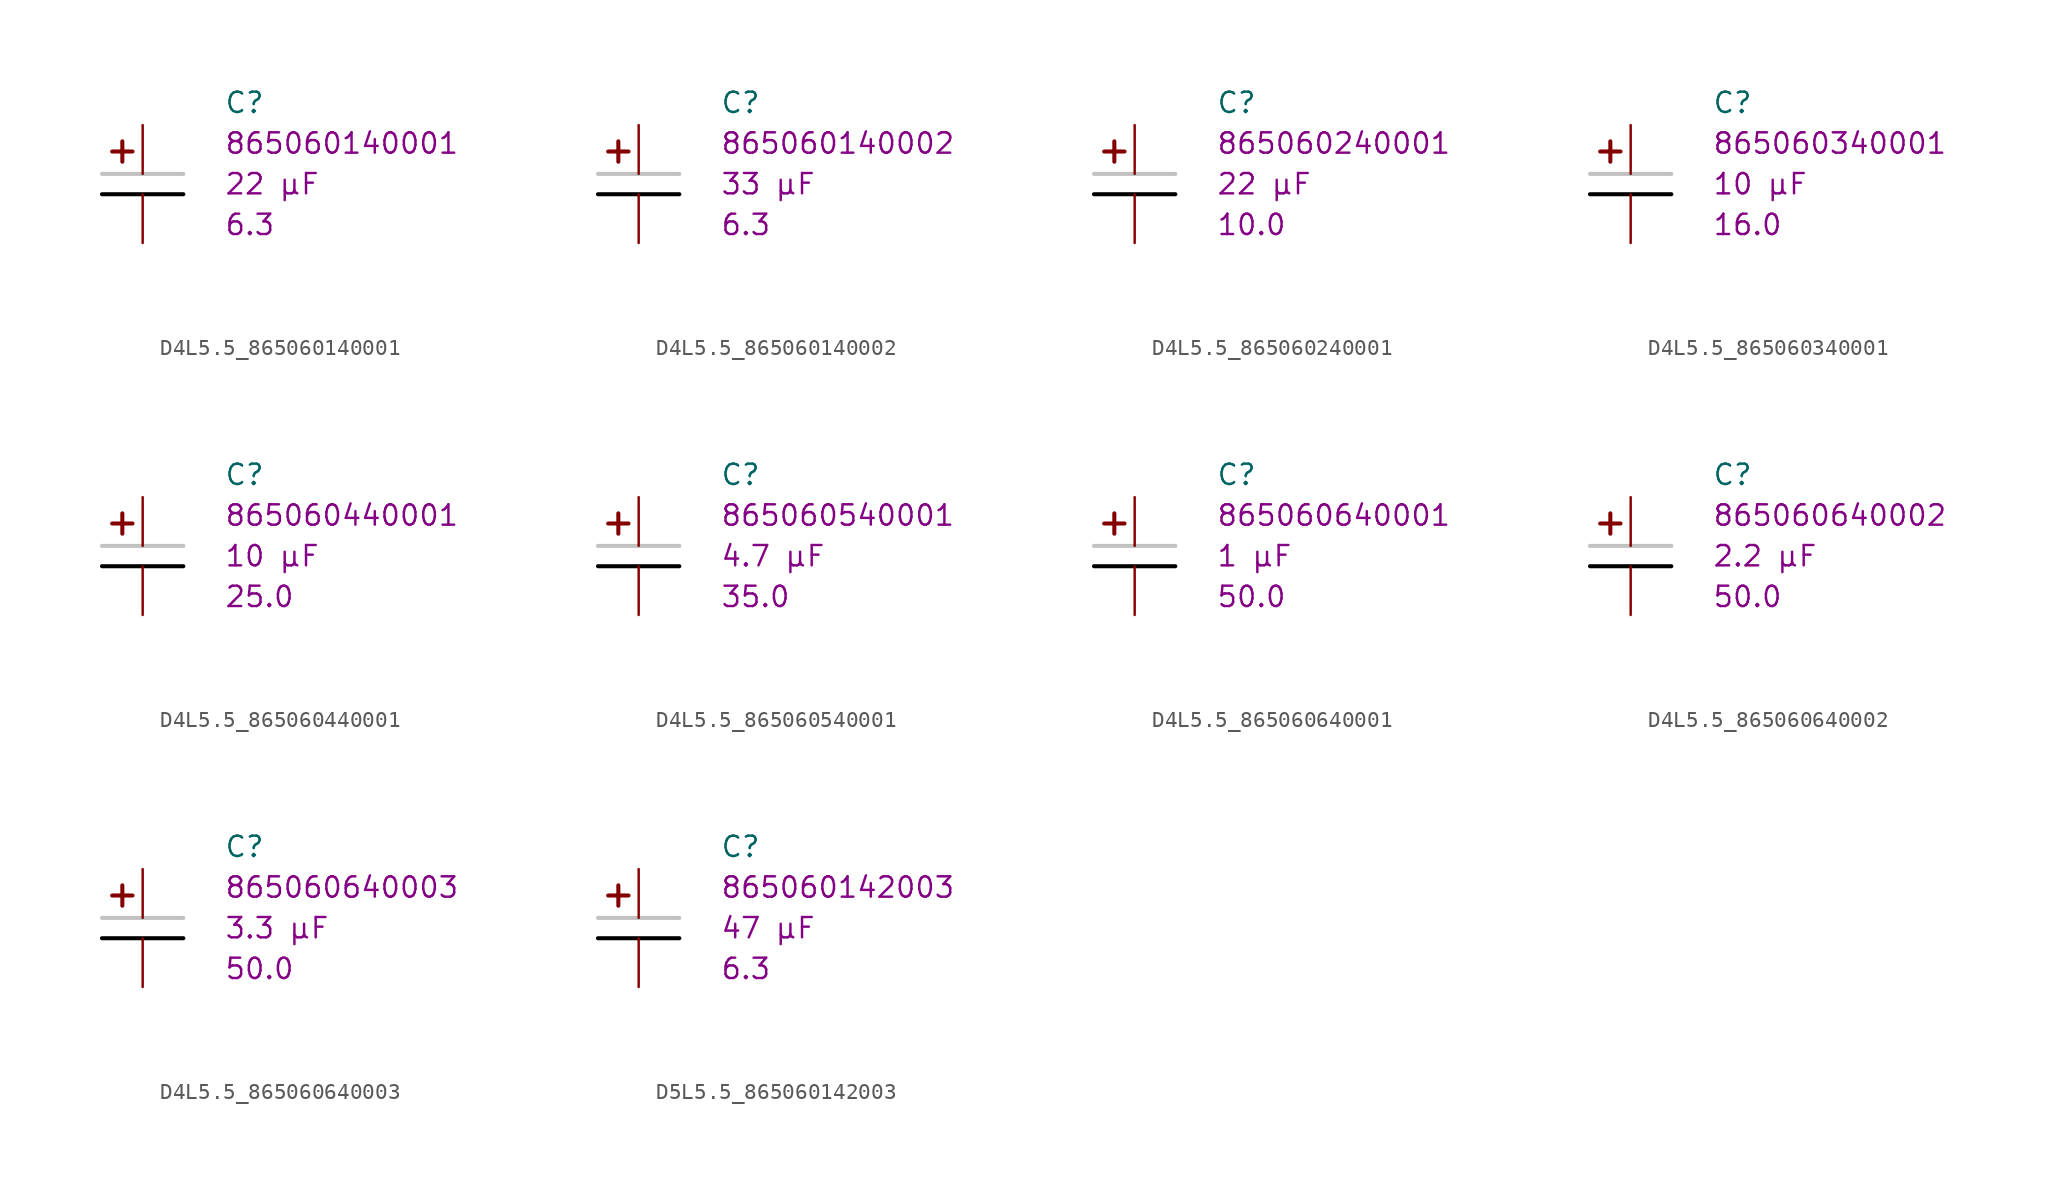
<source format=kicad_sym>
(kicad_symbol_lib
  (version 20220914)
  (generator kicad_symbol_editor)
  (symbol "D4L5.5_865060140001"
    (pin_numbers hide)
    (pin_names hide)
    (property "Reference" "C"
      (at 5.08 5.08 0)
      (effects (font (size 1.27 1.27)) (justify left)))
    (property "Part Number" "865060140001"
      (at 5.08 2.54 0)
      (effects (font (size 1.27 1.27)) (justify left)))
    (property "Capacitance" "22 µF"
      (at 5.08 0 0)
      (effects (font (size 1.27 1.27)) (justify left)))
    (property "Voltage" "6.3"
      (at 5.08 -2.54 0)
      (effects (font (size 1.27 1.27)) (justify left)))
    (property "Critical Parameter" ""
      (at 0 -7.62 0)
      (effects (font (size 1.27 1.27))))
    (symbol "D4L5.5_865060140001_1_1"
      (polyline (pts (xy -1.27 2.667) (xy -1.27 1.397)) (stroke (width 0.254) (type default)) (fill (type none)))
      (polyline (pts (xy -0.635 2.032) (xy -1.905 2.032)) (stroke (width 0.254) (type default)) (fill (type none)))
      (polyline (pts (xy 2.54 -0.635) (xy -2.54 -0.635)) (stroke (width 0.254) (type default) (color 0 0 0 1)) (fill (type none)))
      (polyline (pts (xy 2.54 0.635) (xy -2.54 0.635)) (stroke (width 0.254) (type default) (color 194 194 194 1)) (fill (type none)))
      (pin passive line (at 0 3.679 270) (length 3.044) (name "1" (effects (font (size 1.27 1.27)))) (number "1" (effects (font (size 1.27 1.27)))))
      (pin passive line (at 0 -3.679 90) (length 3.044) (name "2" (effects (font (size 1.27 1.27)))) (number "2" (effects (font (size 1.27 1.27)))))))
  (symbol "D4L5.5_865060140002"
    (pin_numbers hide)
    (pin_names hide)
    (property "Reference" "C"
      (at 5.08 5.08 0)
      (effects (font (size 1.27 1.27)) (justify left)))
    (property "Part Number" "865060140002"
      (at 5.08 2.54 0)
      (effects (font (size 1.27 1.27)) (justify left)))
    (property "Capacitance" "33 µF"
      (at 5.08 0 0)
      (effects (font (size 1.27 1.27)) (justify left)))
    (property "Voltage" "6.3"
      (at 5.08 -2.54 0)
      (effects (font (size 1.27 1.27)) (justify left)))
    (property "Critical Parameter" ""
      (at 0 -7.62 0)
      (effects (font (size 1.27 1.27))))
    (symbol "D4L5.5_865060140002_1_1"
      (polyline (pts (xy -1.27 2.667) (xy -1.27 1.397)) (stroke (width 0.254) (type default)) (fill (type none)))
      (polyline (pts (xy -0.635 2.032) (xy -1.905 2.032)) (stroke (width 0.254) (type default)) (fill (type none)))
      (polyline (pts (xy 2.54 -0.635) (xy -2.54 -0.635)) (stroke (width 0.254) (type default) (color 0 0 0 1)) (fill (type none)))
      (polyline (pts (xy 2.54 0.635) (xy -2.54 0.635)) (stroke (width 0.254) (type default) (color 194 194 194 1)) (fill (type none)))
      (pin passive line (at 0 3.679 270) (length 3.044) (name "1" (effects (font (size 1.27 1.27)))) (number "1" (effects (font (size 1.27 1.27)))))
      (pin passive line (at 0 -3.679 90) (length 3.044) (name "2" (effects (font (size 1.27 1.27)))) (number "2" (effects (font (size 1.27 1.27)))))))
  (symbol "D4L5.5_865060240001"
    (pin_numbers hide)
    (pin_names hide)
    (property "Reference" "C"
      (at 5.08 5.08 0)
      (effects (font (size 1.27 1.27)) (justify left)))
    (property "Part Number" "865060240001"
      (at 5.08 2.54 0)
      (effects (font (size 1.27 1.27)) (justify left)))
    (property "Capacitance" "22 µF"
      (at 5.08 0 0)
      (effects (font (size 1.27 1.27)) (justify left)))
    (property "Voltage" "10.0"
      (at 5.08 -2.54 0)
      (effects (font (size 1.27 1.27)) (justify left)))
    (property "Critical Parameter" ""
      (at 0 -7.62 0)
      (effects (font (size 1.27 1.27))))
    (symbol "D4L5.5_865060240001_1_1"
      (polyline (pts (xy -1.27 2.667) (xy -1.27 1.397)) (stroke (width 0.254) (type default)) (fill (type none)))
      (polyline (pts (xy -0.635 2.032) (xy -1.905 2.032)) (stroke (width 0.254) (type default)) (fill (type none)))
      (polyline (pts (xy 2.54 -0.635) (xy -2.54 -0.635)) (stroke (width 0.254) (type default) (color 0 0 0 1)) (fill (type none)))
      (polyline (pts (xy 2.54 0.635) (xy -2.54 0.635)) (stroke (width 0.254) (type default) (color 194 194 194 1)) (fill (type none)))
      (pin passive line (at 0 3.679 270) (length 3.044) (name "1" (effects (font (size 1.27 1.27)))) (number "1" (effects (font (size 1.27 1.27)))))
      (pin passive line (at 0 -3.679 90) (length 3.044) (name "2" (effects (font (size 1.27 1.27)))) (number "2" (effects (font (size 1.27 1.27)))))))
  (symbol "D4L5.5_865060340001"
    (pin_numbers hide)
    (pin_names hide)
    (property "Reference" "C"
      (at 5.08 5.08 0)
      (effects (font (size 1.27 1.27)) (justify left)))
    (property "Part Number" "865060340001"
      (at 5.08 2.54 0)
      (effects (font (size 1.27 1.27)) (justify left)))
    (property "Capacitance" "10 µF"
      (at 5.08 0 0)
      (effects (font (size 1.27 1.27)) (justify left)))
    (property "Voltage" "16.0"
      (at 5.08 -2.54 0)
      (effects (font (size 1.27 1.27)) (justify left)))
    (property "Critical Parameter" ""
      (at 0 -7.62 0)
      (effects (font (size 1.27 1.27))))
    (symbol "D4L5.5_865060340001_1_1"
      (polyline (pts (xy -1.27 2.667) (xy -1.27 1.397)) (stroke (width 0.254) (type default)) (fill (type none)))
      (polyline (pts (xy -0.635 2.032) (xy -1.905 2.032)) (stroke (width 0.254) (type default)) (fill (type none)))
      (polyline (pts (xy 2.54 -0.635) (xy -2.54 -0.635)) (stroke (width 0.254) (type default) (color 0 0 0 1)) (fill (type none)))
      (polyline (pts (xy 2.54 0.635) (xy -2.54 0.635)) (stroke (width 0.254) (type default) (color 194 194 194 1)) (fill (type none)))
      (pin passive line (at 0 3.679 270) (length 3.044) (name "1" (effects (font (size 1.27 1.27)))) (number "1" (effects (font (size 1.27 1.27)))))
      (pin passive line (at 0 -3.679 90) (length 3.044) (name "2" (effects (font (size 1.27 1.27)))) (number "2" (effects (font (size 1.27 1.27)))))))
  (symbol "D4L5.5_865060440001"
    (pin_numbers hide)
    (pin_names hide)
    (property "Reference" "C"
      (at 5.08 5.08 0)
      (effects (font (size 1.27 1.27)) (justify left)))
    (property "Part Number" "865060440001"
      (at 5.08 2.54 0)
      (effects (font (size 1.27 1.27)) (justify left)))
    (property "Capacitance" "10 µF"
      (at 5.08 0 0)
      (effects (font (size 1.27 1.27)) (justify left)))
    (property "Voltage" "25.0"
      (at 5.08 -2.54 0)
      (effects (font (size 1.27 1.27)) (justify left)))
    (property "Critical Parameter" ""
      (at 0 -7.62 0)
      (effects (font (size 1.27 1.27))))
    (symbol "D4L5.5_865060440001_1_1"
      (polyline (pts (xy -1.27 2.667) (xy -1.27 1.397)) (stroke (width 0.254) (type default)) (fill (type none)))
      (polyline (pts (xy -0.635 2.032) (xy -1.905 2.032)) (stroke (width 0.254) (type default)) (fill (type none)))
      (polyline (pts (xy 2.54 -0.635) (xy -2.54 -0.635)) (stroke (width 0.254) (type default) (color 0 0 0 1)) (fill (type none)))
      (polyline (pts (xy 2.54 0.635) (xy -2.54 0.635)) (stroke (width 0.254) (type default) (color 194 194 194 1)) (fill (type none)))
      (pin passive line (at 0 3.679 270) (length 3.044) (name "1" (effects (font (size 1.27 1.27)))) (number "1" (effects (font (size 1.27 1.27)))))
      (pin passive line (at 0 -3.679 90) (length 3.044) (name "2" (effects (font (size 1.27 1.27)))) (number "2" (effects (font (size 1.27 1.27)))))))
  (symbol "D4L5.5_865060540001"
    (pin_numbers hide)
    (pin_names hide)
    (property "Reference" "C"
      (at 5.08 5.08 0)
      (effects (font (size 1.27 1.27)) (justify left)))
    (property "Part Number" "865060540001"
      (at 5.08 2.54 0)
      (effects (font (size 1.27 1.27)) (justify left)))
    (property "Capacitance" "4.7 µF"
      (at 5.08 0 0)
      (effects (font (size 1.27 1.27)) (justify left)))
    (property "Voltage" "35.0"
      (at 5.08 -2.54 0)
      (effects (font (size 1.27 1.27)) (justify left)))
    (property "Critical Parameter" ""
      (at 0 -7.62 0)
      (effects (font (size 1.27 1.27))))
    (symbol "D4L5.5_865060540001_1_1"
      (polyline (pts (xy -1.27 2.667) (xy -1.27 1.397)) (stroke (width 0.254) (type default)) (fill (type none)))
      (polyline (pts (xy -0.635 2.032) (xy -1.905 2.032)) (stroke (width 0.254) (type default)) (fill (type none)))
      (polyline (pts (xy 2.54 -0.635) (xy -2.54 -0.635)) (stroke (width 0.254) (type default) (color 0 0 0 1)) (fill (type none)))
      (polyline (pts (xy 2.54 0.635) (xy -2.54 0.635)) (stroke (width 0.254) (type default) (color 194 194 194 1)) (fill (type none)))
      (pin passive line (at 0 3.679 270) (length 3.044) (name "1" (effects (font (size 1.27 1.27)))) (number "1" (effects (font (size 1.27 1.27)))))
      (pin passive line (at 0 -3.679 90) (length 3.044) (name "2" (effects (font (size 1.27 1.27)))) (number "2" (effects (font (size 1.27 1.27)))))))
  (symbol "D4L5.5_865060640001"
    (pin_numbers hide)
    (pin_names hide)
    (property "Reference" "C"
      (at 5.08 5.08 0)
      (effects (font (size 1.27 1.27)) (justify left)))
    (property "Part Number" "865060640001"
      (at 5.08 2.54 0)
      (effects (font (size 1.27 1.27)) (justify left)))
    (property "Capacitance" "1 µF"
      (at 5.08 0 0)
      (effects (font (size 1.27 1.27)) (justify left)))
    (property "Voltage" "50.0"
      (at 5.08 -2.54 0)
      (effects (font (size 1.27 1.27)) (justify left)))
    (property "Critical Parameter" ""
      (at 0 -7.62 0)
      (effects (font (size 1.27 1.27))))
    (symbol "D4L5.5_865060640001_1_1"
      (polyline (pts (xy -1.27 2.667) (xy -1.27 1.397)) (stroke (width 0.254) (type default)) (fill (type none)))
      (polyline (pts (xy -0.635 2.032) (xy -1.905 2.032)) (stroke (width 0.254) (type default)) (fill (type none)))
      (polyline (pts (xy 2.54 -0.635) (xy -2.54 -0.635)) (stroke (width 0.254) (type default) (color 0 0 0 1)) (fill (type none)))
      (polyline (pts (xy 2.54 0.635) (xy -2.54 0.635)) (stroke (width 0.254) (type default) (color 194 194 194 1)) (fill (type none)))
      (pin passive line (at 0 3.679 270) (length 3.044) (name "1" (effects (font (size 1.27 1.27)))) (number "1" (effects (font (size 1.27 1.27)))))
      (pin passive line (at 0 -3.679 90) (length 3.044) (name "2" (effects (font (size 1.27 1.27)))) (number "2" (effects (font (size 1.27 1.27)))))))
  (symbol "D4L5.5_865060640002"
    (pin_numbers hide)
    (pin_names hide)
    (property "Reference" "C"
      (at 5.08 5.08 0)
      (effects (font (size 1.27 1.27)) (justify left)))
    (property "Part Number" "865060640002"
      (at 5.08 2.54 0)
      (effects (font (size 1.27 1.27)) (justify left)))
    (property "Capacitance" "2.2 µF"
      (at 5.08 0 0)
      (effects (font (size 1.27 1.27)) (justify left)))
    (property "Voltage" "50.0"
      (at 5.08 -2.54 0)
      (effects (font (size 1.27 1.27)) (justify left)))
    (property "Critical Parameter" ""
      (at 0 -7.62 0)
      (effects (font (size 1.27 1.27))))
    (symbol "D4L5.5_865060640002_1_1"
      (polyline (pts (xy -1.27 2.667) (xy -1.27 1.397)) (stroke (width 0.254) (type default)) (fill (type none)))
      (polyline (pts (xy -0.635 2.032) (xy -1.905 2.032)) (stroke (width 0.254) (type default)) (fill (type none)))
      (polyline (pts (xy 2.54 -0.635) (xy -2.54 -0.635)) (stroke (width 0.254) (type default) (color 0 0 0 1)) (fill (type none)))
      (polyline (pts (xy 2.54 0.635) (xy -2.54 0.635)) (stroke (width 0.254) (type default) (color 194 194 194 1)) (fill (type none)))
      (pin passive line (at 0 3.679 270) (length 3.044) (name "1" (effects (font (size 1.27 1.27)))) (number "1" (effects (font (size 1.27 1.27)))))
      (pin passive line (at 0 -3.679 90) (length 3.044) (name "2" (effects (font (size 1.27 1.27)))) (number "2" (effects (font (size 1.27 1.27)))))))
  (symbol "D4L5.5_865060640003"
    (pin_numbers hide)
    (pin_names hide)
    (property "Reference" "C"
      (at 5.08 5.08 0)
      (effects (font (size 1.27 1.27)) (justify left)))
    (property "Part Number" "865060640003"
      (at 5.08 2.54 0)
      (effects (font (size 1.27 1.27)) (justify left)))
    (property "Capacitance" "3.3 µF"
      (at 5.08 0 0)
      (effects (font (size 1.27 1.27)) (justify left)))
    (property "Voltage" "50.0"
      (at 5.08 -2.54 0)
      (effects (font (size 1.27 1.27)) (justify left)))
    (property "Critical Parameter" ""
      (at 0 -7.62 0)
      (effects (font (size 1.27 1.27))))
    (symbol "D4L5.5_865060640003_1_1"
      (polyline (pts (xy -1.27 2.667) (xy -1.27 1.397)) (stroke (width 0.254) (type default)) (fill (type none)))
      (polyline (pts (xy -0.635 2.032) (xy -1.905 2.032)) (stroke (width 0.254) (type default)) (fill (type none)))
      (polyline (pts (xy 2.54 -0.635) (xy -2.54 -0.635)) (stroke (width 0.254) (type default) (color 0 0 0 1)) (fill (type none)))
      (polyline (pts (xy 2.54 0.635) (xy -2.54 0.635)) (stroke (width 0.254) (type default) (color 194 194 194 1)) (fill (type none)))
      (pin passive line (at 0 3.679 270) (length 3.044) (name "1" (effects (font (size 1.27 1.27)))) (number "1" (effects (font (size 1.27 1.27)))))
      (pin passive line (at 0 -3.679 90) (length 3.044) (name "2" (effects (font (size 1.27 1.27)))) (number "2" (effects (font (size 1.27 1.27)))))))
  (symbol "D5L5.5_865060142003"
    (pin_numbers hide)
    (pin_names hide)
    (property "Reference" "C"
      (at 5.08 5.08 0)
      (effects (font (size 1.27 1.27)) (justify left)))
    (property "Part Number" "865060142003"
      (at 5.08 2.54 0)
      (effects (font (size 1.27 1.27)) (justify left)))
    (property "Capacitance" "47 µF"
      (at 5.08 0 0)
      (effects (font (size 1.27 1.27)) (justify left)))
    (property "Voltage" "6.3"
      (at 5.08 -2.54 0)
      (effects (font (size 1.27 1.27)) (justify left)))
    (property "Critical Parameter" ""
      (at 0 -7.62 0)
      (effects (font (size 1.27 1.27))))
    (symbol "D5L5.5_865060142003_1_1"
      (polyline (pts (xy -1.27 2.667) (xy -1.27 1.397)) (stroke (width 0.254) (type default)) (fill (type none)))
      (polyline (pts (xy -0.635 2.032) (xy -1.905 2.032)) (stroke (width 0.254) (type default)) (fill (type none)))
      (polyline (pts (xy 2.54 -0.635) (xy -2.54 -0.635)) (stroke (width 0.254) (type default) (color 0 0 0 1)) (fill (type none)))
      (polyline (pts (xy 2.54 0.635) (xy -2.54 0.635)) (stroke (width 0.254) (type default) (color 194 194 194 1)) (fill (type none)))
      (pin passive line (at 0 3.679 270) (length 3.044) (name "1" (effects (font (size 1.27 1.27)))) (number "1" (effects (font (size 1.27 1.27)))))
      (pin passive line (at 0 -3.679 90) (length 3.044) (name "2" (effects (font (size 1.27 1.27)))) (number "2" (effects (font (size 1.27 1.27))))))))
</source>
